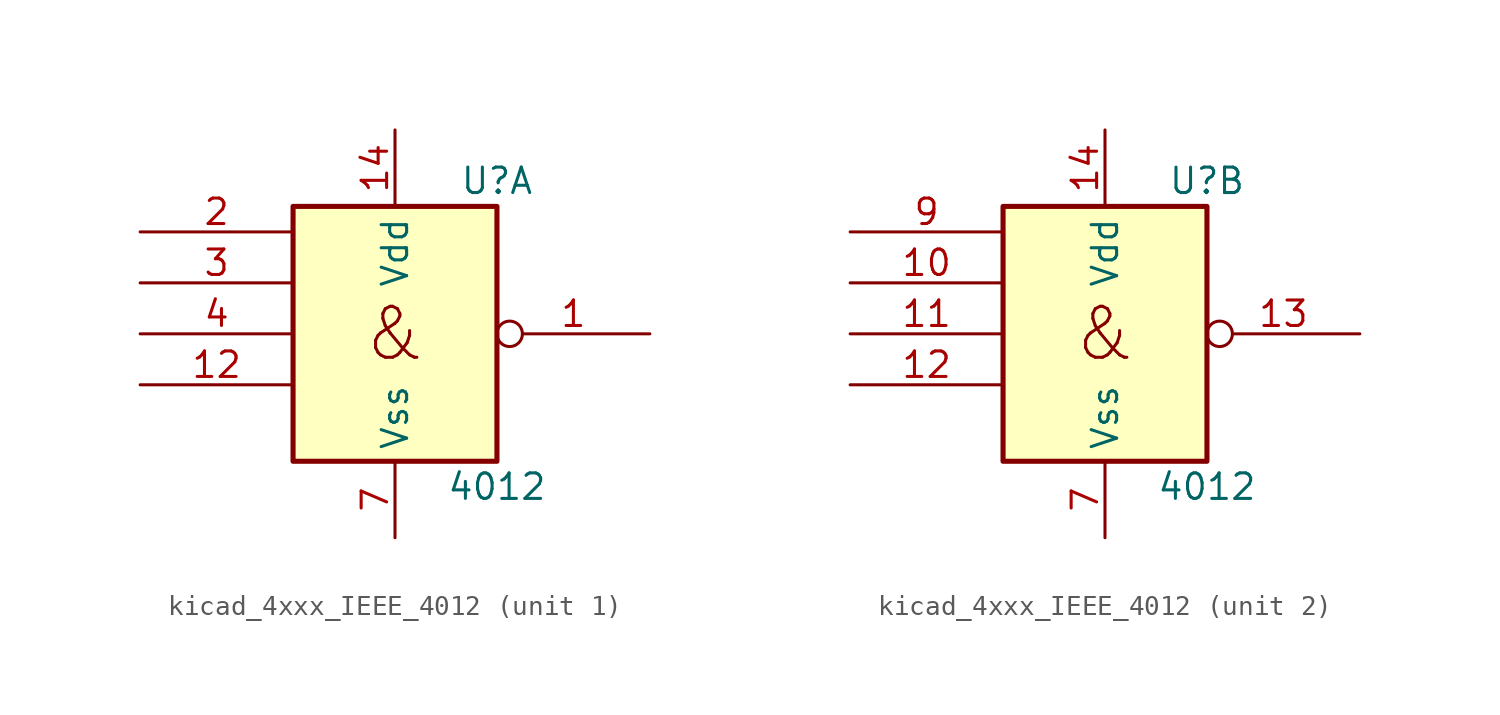
<source format=kicad_sym>
(kicad_symbol_lib
  (version 20220914)
  (generator kicad_symbol_editor)
  (symbol "kicad_4xxx_IEEE_4012"
    (property "Reference" "U"
      (at 5.08 7.62 0)
      (effects (font (size 1.27 1.27))))
    (property "Value" "4012"
      (at 5.08 -7.62 0)
      (effects (font (size 1.27 1.27))))
    (symbol "kicad_4xxx_IEEE_4012_0_0"
      (text "&" (at 0 0 0) (effects (font (size 2.54 2.54)))))
    (symbol "kicad_4xxx_IEEE_4012_0_1"
      (rectangle (start -5.08 6.35) (end 5.08 -6.35) (stroke (width 0.254) (type default)) (fill (type background)))
      (pin power_in line (at 0 10.16 270) (length 3.81) (name "Vdd" (effects (font (size 1.27 1.27)))) (number "14" (effects (font (size 1.27 1.27)))))
      (pin power_in line (at 0 -10.16 90) (length 3.81) (name "Vss" (effects (font (size 1.27 1.27)))) (number "7" (effects (font (size 1.27 1.27))))))
    (symbol "kicad_4xxx_IEEE_4012_1_1"
      (pin output inverted (at 12.7 0 180) (length 7.62) (name "~" (effects (font (size 1.27 1.27)))) (number "1" (effects (font (size 1.27 1.27)))))
      (pin input line (at -12.7 -2.54 0) (length 7.62) (name "~" (effects (font (size 1.27 1.27)))) (number "12" (effects (font (size 1.27 1.27)))))
      (pin input line (at -12.7 5.08 0) (length 7.62) (name "~" (effects (font (size 1.27 1.27)))) (number "2" (effects (font (size 1.27 1.27)))))
      (pin input line (at -12.7 2.54 0) (length 7.62) (name "~" (effects (font (size 1.27 1.27)))) (number "3" (effects (font (size 1.27 1.27)))))
      (pin input line (at -12.7 0 0) (length 7.62) (name "~" (effects (font (size 1.27 1.27)))) (number "4" (effects (font (size 1.27 1.27))))))
    (symbol "kicad_4xxx_IEEE_4012_2_1"
      (pin input line (at -12.7 2.54 0) (length 7.62) (name "~" (effects (font (size 1.27 1.27)))) (number "10" (effects (font (size 1.27 1.27)))))
      (pin input line (at -12.7 0 0) (length 7.62) (name "~" (effects (font (size 1.27 1.27)))) (number "11" (effects (font (size 1.27 1.27)))))
      (pin input line (at -12.7 -2.54 0) (length 7.62) (name "~" (effects (font (size 1.27 1.27)))) (number "12" (effects (font (size 1.27 1.27)))))
      (pin output inverted (at 12.7 0 180) (length 7.62) (name "~" (effects (font (size 1.27 1.27)))) (number "13" (effects (font (size 1.27 1.27)))))
      (pin input line (at -12.7 5.08 0) (length 7.62) (name "~" (effects (font (size 1.27 1.27)))) (number "9" (effects (font (size 1.27 1.27))))))))
</source>
